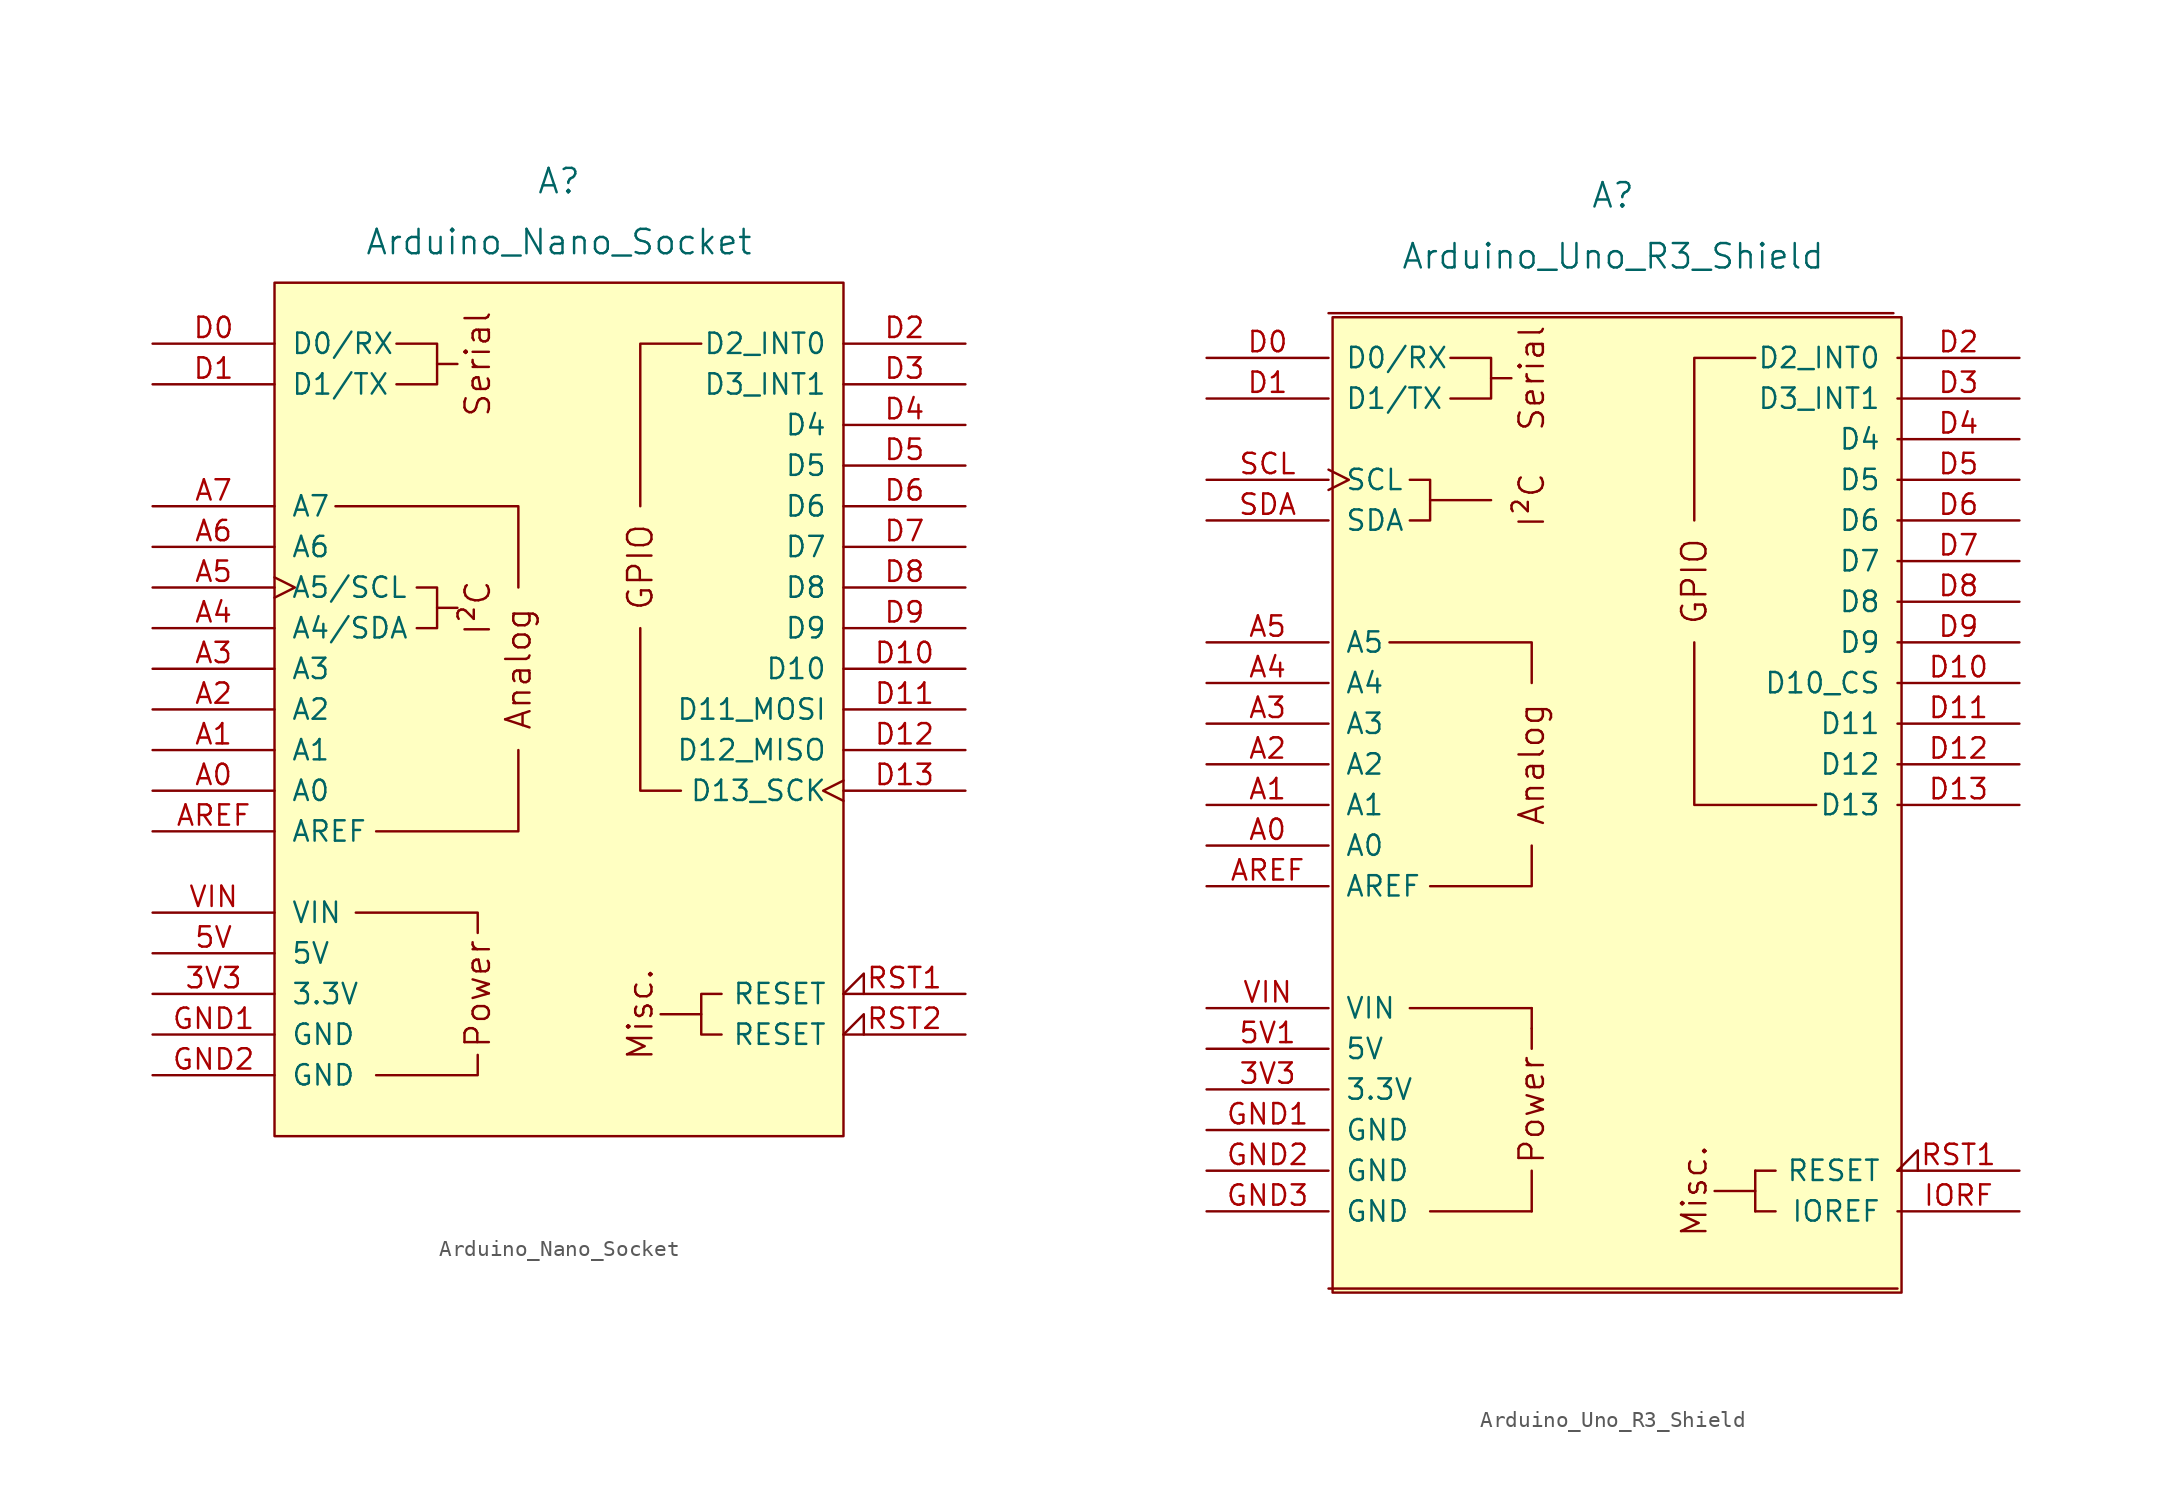
<source format=kicad_sym>
(kicad_symbol_lib
  (version 20231120)
  (generator "kicad_symbol_editor")
  (generator_version "8.0")
  (symbol "Arduino_Nano_Socket"
    (pin_names
      (offset 1.016))
    (property "Reference" "A"
      (at 0 33.02 0)
      (effects (font (size 1.524 1.524))))
    (property "Value" "Arduino_Nano_Socket"
      (at 0 29.21 0)
      (effects (font (size 1.524 1.524))))
    (symbol "Arduino_Nano_Socket_0_0"
      (rectangle (start -17.78 26.67) (end 17.78 -26.67) (stroke (width 0) (type default)) (fill (type background)))
      (polyline (pts (xy -7.62 6.35) (xy -6.35 6.35)) (stroke (width 0) (type default)) (fill (type none)))
      (polyline (pts (xy -7.62 21.59) (xy -6.35 21.59)) (stroke (width 0) (type default)) (fill (type none)))
      (polyline (pts (xy 8.89 -19.05) (xy 6.35 -19.05)) (stroke (width 0) (type default)) (fill (type none)))
      (polyline (pts (xy -11.43 -22.86) (xy -5.08 -22.86) (xy -5.08 -21.59)) (stroke (width 0) (type default)) (fill (type none)))
      (polyline (pts (xy -5.08 -13.97) (xy -5.08 -12.7) (xy -12.7 -12.7)) (stroke (width 0) (type default)) (fill (type none)))
      (polyline (pts (xy -10.16 22.86) (xy -7.62 22.86) (xy -7.62 20.32) (xy -10.16 20.32)) (stroke (width 0) (type default)) (fill (type none)))
      (polyline (pts (xy -8.89 7.62) (xy -7.62 7.62) (xy -7.62 5.08) (xy -8.89 5.08)) (stroke (width 0) (type default)) (fill (type none)))
      (text "Analog" (at -2.54 2.54 900) (effects (font (size 1.524 1.524))))
      (text "I²C" (at -5.08 6.35 900) (effects (font (size 1.524 1.524))))
      (text "Misc." (at 5.08 -19.05 900) (effects (font (size 1.524 1.524))))
      (text "Power" (at -5.08 -17.78 900) (effects (font (size 1.524 1.524))))
      (text "Serial" (at -5.08 21.59 900) (effects (font (size 1.524 1.524)))))
    (symbol "Arduino_Nano_Socket_0_1"
      (polyline (pts (xy -13.97 12.7) (xy -2.54 12.7) (xy -2.54 7.62)) (stroke (width 0) (type default)) (fill (type none)))
      (polyline (pts (xy -11.43 -7.62) (xy -2.54 -7.62) (xy -2.54 -2.54)) (stroke (width 0) (type default)) (fill (type none)))
      (polyline (pts (xy 7.62 -5.08) (xy 5.08 -5.08) (xy 5.08 5.08)) (stroke (width 0) (type default)) (fill (type none)))
      (polyline (pts (xy 8.89 22.86) (xy 5.08 22.86) (xy 5.08 12.7)) (stroke (width 0) (type default)) (fill (type none)))
      (polyline (pts (xy 10.16 -17.78) (xy 8.89 -17.78) (xy 8.89 -20.32) (xy 10.16 -20.32)) (stroke (width 0) (type default)) (fill (type none))))
    (symbol "Arduino_Nano_Socket_1_0"
      (text "GPIO" (at 5.08 8.89 900) (effects (font (size 1.524 1.524)))))
    (symbol "Arduino_Nano_Socket_1_1"
      (pin power_out line (at -25.4 -17.78 0) (length 7.62) (name "3.3V" (effects (font (size 1.27 1.27)))) (number "3V3" (effects (font (size 1.27 1.27)))))
      (pin power_in line (at -25.4 -15.24 0) (length 7.62) (name "5V" (effects (font (size 1.27 1.27)))) (number "5V" (effects (font (size 1.27 1.27)))))
      (pin bidirectional line (at -25.4 -5.08 0) (length 7.62) (name "A0" (effects (font (size 1.27 1.27)))) (number "A0" (effects (font (size 1.27 1.27)))))
      (pin bidirectional line (at -25.4 -2.54 0) (length 7.62) (name "A1" (effects (font (size 1.27 1.27)))) (number "A1" (effects (font (size 1.27 1.27)))))
      (pin bidirectional line (at -25.4 0 0) (length 7.62) (name "A2" (effects (font (size 1.27 1.27)))) (number "A2" (effects (font (size 1.27 1.27)))))
      (pin bidirectional line (at -25.4 2.54 0) (length 7.62) (name "A3" (effects (font (size 1.27 1.27)))) (number "A3" (effects (font (size 1.27 1.27)))))
      (pin bidirectional line (at -25.4 5.08 0) (length 7.62) (name "A4/SDA" (effects (font (size 1.27 1.27)))) (number "A4" (effects (font (size 1.27 1.27)))))
      (pin bidirectional clock (at -25.4 7.62 0) (length 7.62) (name "A5/SCL" (effects (font (size 1.27 1.27)))) (number "A5" (effects (font (size 1.27 1.27)))))
      (pin input line (at -25.4 10.16 0) (length 7.62) (name "A6" (effects (font (size 1.27 1.27)))) (number "A6" (effects (font (size 1.27 1.27)))))
      (pin input line (at -25.4 12.7 0) (length 7.62) (name "A7" (effects (font (size 1.27 1.27)))) (number "A7" (effects (font (size 1.27 1.27)))))
      (pin input line (at -25.4 -7.62 0) (length 7.62) (name "AREF" (effects (font (size 1.27 1.27)))) (number "AREF" (effects (font (size 1.27 1.27)))))
      (pin bidirectional line (at -25.4 22.86 0) (length 7.62) (name "D0/RX" (effects (font (size 1.27 1.27)))) (number "D0" (effects (font (size 1.27 1.27)))))
      (pin bidirectional line (at -25.4 20.32 0) (length 7.62) (name "D1/TX" (effects (font (size 1.27 1.27)))) (number "D1" (effects (font (size 1.27 1.27)))))
      (pin bidirectional line (at 25.4 2.54 180) (length 7.62) (name "D10" (effects (font (size 1.27 1.27)))) (number "D10" (effects (font (size 1.27 1.27)))))
      (pin bidirectional line (at 25.4 0 180) (length 7.62) (name "D11_MOSI" (effects (font (size 1.27 1.27)))) (number "D11" (effects (font (size 1.27 1.27)))))
      (pin bidirectional line (at 25.4 -2.54 180) (length 7.62) (name "D12_MISO" (effects (font (size 1.27 1.27)))) (number "D12" (effects (font (size 1.27 1.27)))))
      (pin bidirectional clock (at 25.4 -5.08 180) (length 7.62) (name "D13_SCK" (effects (font (size 1.27 1.27)))) (number "D13" (effects (font (size 1.27 1.27)))))
      (pin bidirectional line (at 25.4 22.86 180) (length 7.62) (name "D2_INT0" (effects (font (size 1.27 1.27)))) (number "D2" (effects (font (size 1.27 1.27)))))
      (pin bidirectional line (at 25.4 20.32 180) (length 7.62) (name "D3_INT1" (effects (font (size 1.27 1.27)))) (number "D3" (effects (font (size 1.27 1.27)))))
      (pin bidirectional line (at 25.4 17.78 180) (length 7.62) (name "D4" (effects (font (size 1.27 1.27)))) (number "D4" (effects (font (size 1.27 1.27)))))
      (pin bidirectional line (at 25.4 15.24 180) (length 7.62) (name "D5" (effects (font (size 1.27 1.27)))) (number "D5" (effects (font (size 1.27 1.27)))))
      (pin bidirectional line (at 25.4 12.7 180) (length 7.62) (name "D6" (effects (font (size 1.27 1.27)))) (number "D6" (effects (font (size 1.27 1.27)))))
      (pin bidirectional line (at 25.4 10.16 180) (length 7.62) (name "D7" (effects (font (size 1.27 1.27)))) (number "D7" (effects (font (size 1.27 1.27)))))
      (pin bidirectional line (at 25.4 7.62 180) (length 7.62) (name "D8" (effects (font (size 1.27 1.27)))) (number "D8" (effects (font (size 1.27 1.27)))))
      (pin bidirectional line (at 25.4 5.08 180) (length 7.62) (name "D9" (effects (font (size 1.27 1.27)))) (number "D9" (effects (font (size 1.27 1.27)))))
      (pin power_in line (at -25.4 -20.32 0) (length 7.62) (name "GND" (effects (font (size 1.27 1.27)))) (number "GND1" (effects (font (size 1.27 1.27)))))
      (pin power_in line (at -25.4 -22.86 0) (length 7.62) (name "GND" (effects (font (size 1.27 1.27)))) (number "GND2" (effects (font (size 1.27 1.27)))))
      (pin open_collector input_low (at 25.4 -17.78 180) (length 7.62) (name "RESET" (effects (font (size 1.27 1.27)))) (number "RST1" (effects (font (size 1.27 1.27)))))
      (pin open_collector input_low (at 25.4 -20.32 180) (length 7.62) (name "RESET" (effects (font (size 1.27 1.27)))) (number "RST2" (effects (font (size 1.27 1.27)))))
      (pin power_in line (at -25.4 -12.7 0) (length 7.62) (name "VIN" (effects (font (size 1.27 1.27)))) (number "VIN" (effects (font (size 1.27 1.27)))))))
  (symbol "Arduino_Uno_R3_Shield"
    (pin_names
      (offset 1.016))
    (property "Reference" "A"
      (at -2.54 38.1 0)
      (effects (font (size 1.524 1.524))))
    (property "Value" "Arduino_Uno_R3_Shield"
      (at -2.54 34.29 0)
      (effects (font (size 1.524 1.524))))
    (symbol "Arduino_Uno_R3_Shield_0_0"
      (rectangle (start -20.066 30.48) (end 15.494 -30.48) (stroke (width 0) (type default)) (fill (type background)))
      (rectangle (start -15.24 -12.7) (end -7.62 -12.7) (stroke (width 0) (type default)) (fill (type none)))
      (rectangle (start -13.97 -25.4) (end -7.62 -25.4) (stroke (width 0) (type default)) (fill (type none)))
      (polyline (pts (xy -13.97 19.05) (xy -10.16 19.05)) (stroke (width 0) (type default)) (fill (type none)))
      (polyline (pts (xy -10.16 26.67) (xy -8.89 26.67)) (stroke (width 0) (type default)) (fill (type none)))
      (polyline (pts (xy -7.62 -25.4) (xy -7.62 -22.86)) (stroke (width 0) (type default)) (fill (type none)))
      (polyline (pts (xy -7.62 -13.97) (xy -7.62 -15.24)) (stroke (width 0) (type default)) (fill (type none)))
      (polyline (pts (xy -7.62 -12.7) (xy -7.62 -13.97)) (stroke (width 0) (type default)) (fill (type none)))
      (polyline (pts (xy -7.62 -2.54) (xy -7.62 -5.08) (xy -13.97 -5.08)) (stroke (width 0) (type default)) (fill (type none)))
      (polyline (pts (xy -7.62 7.62) (xy -7.62 10.16) (xy -16.51 10.16)) (stroke (width 0) (type default)) (fill (type none)))
      (polyline (pts (xy 2.54 10.16) (xy 2.54 0) (xy 10.16 0)) (stroke (width 0) (type default)) (fill (type none)))
      (polyline (pts (xy 2.54 17.78) (xy 2.54 27.94) (xy 6.35 27.94)) (stroke (width 0) (type default)) (fill (type none)))
      (polyline (pts (xy -15.24 20.32) (xy -13.97 20.32) (xy -13.97 17.78) (xy -15.24 17.78)) (stroke (width 0) (type default)) (fill (type none)))
      (polyline (pts (xy -12.7 27.94) (xy -10.16 27.94) (xy -10.16 25.4) (xy -12.7 25.4)) (stroke (width 0) (type default)) (fill (type none)))
      (rectangle (start 6.35 -24.13) (end 3.81 -24.13) (stroke (width 0) (type default)) (fill (type none)))
      (rectangle (start 6.35 -22.86) (end 6.35 -25.4) (stroke (width 0) (type default)) (fill (type none)))
      (rectangle (start 7.62 -25.4) (end 6.35 -25.4) (stroke (width 0) (type default)) (fill (type none)))
      (rectangle (start 7.62 -22.86) (end 6.35 -22.86) (stroke (width 0) (type default)) (fill (type none)))
      (text "Analog" (at -7.62 2.54 900) (effects (font (size 1.524 1.524))))
      (text "I²C" (at -7.62 19.05 900) (effects (font (size 1.524 1.524))))
      (text "Misc." (at 2.54 -24.13 900) (effects (font (size 1.524 1.524))))
      (text "Power" (at -7.62 -19.05 900) (effects (font (size 1.524 1.524))))
      (text "Serial" (at -7.62 26.67 900) (effects (font (size 1.524 1.524)))))
    (symbol "Arduino_Uno_R3_Shield_0_1"
      (polyline (pts (xy -20.32 30.734) (xy 14.986 30.734)) (stroke (width 0) (type default)) (fill (type none)))
      (polyline (pts (xy 15.24 -30.226) (xy -20.32 -30.226)) (stroke (width 0) (type default)) (fill (type none))))
    (symbol "Arduino_Uno_R3_Shield_1_0"
      (text "GPIO" (at 2.54 13.97 900) (effects (font (size 1.524 1.524)))))
    (symbol "Arduino_Uno_R3_Shield_1_1"
      (pin power_out line (at -27.94 -17.78 0) (length 7.62) (name "3.3V" (effects (font (size 1.27 1.27)))) (number "3V3" (effects (font (size 1.27 1.27)))))
      (pin power_in line (at -27.94 -15.24 0) (length 7.62) (name "5V" (effects (font (size 1.27 1.27)))) (number "5V1" (effects (font (size 1.27 1.27)))))
      (pin bidirectional line (at -27.94 -2.54 0) (length 7.62) (name "A0" (effects (font (size 1.27 1.27)))) (number "A0" (effects (font (size 1.27 1.27)))))
      (pin bidirectional line (at -27.94 0 0) (length 7.62) (name "A1" (effects (font (size 1.27 1.27)))) (number "A1" (effects (font (size 1.27 1.27)))))
      (pin bidirectional line (at -27.94 2.54 0) (length 7.62) (name "A2" (effects (font (size 1.27 1.27)))) (number "A2" (effects (font (size 1.27 1.27)))))
      (pin bidirectional line (at -27.94 5.08 0) (length 7.62) (name "A3" (effects (font (size 1.27 1.27)))) (number "A3" (effects (font (size 1.27 1.27)))))
      (pin bidirectional line (at -27.94 7.62 0) (length 7.62) (name "A4" (effects (font (size 1.27 1.27)))) (number "A4" (effects (font (size 1.27 1.27)))))
      (pin bidirectional line (at -27.94 10.16 0) (length 7.62) (name "A5" (effects (font (size 1.27 1.27)))) (number "A5" (effects (font (size 1.27 1.27)))))
      (pin input line (at -27.94 -5.08 0) (length 7.62) (name "AREF" (effects (font (size 1.27 1.27)))) (number "AREF" (effects (font (size 1.27 1.27)))))
      (pin bidirectional line (at -27.94 27.94 0) (length 7.62) (name "D0/RX" (effects (font (size 1.27 1.27)))) (number "D0" (effects (font (size 1.27 1.27)))))
      (pin bidirectional line (at -27.94 25.4 0) (length 7.62) (name "D1/TX" (effects (font (size 1.27 1.27)))) (number "D1" (effects (font (size 1.27 1.27)))))
      (pin bidirectional line (at 22.86 7.62 180) (length 7.62) (name "D10_CS" (effects (font (size 1.27 1.27)))) (number "D10" (effects (font (size 1.27 1.27)))))
      (pin bidirectional line (at 22.86 5.08 180) (length 7.62) (name "D11" (effects (font (size 1.27 1.27)))) (number "D11" (effects (font (size 1.27 1.27)))))
      (pin bidirectional line (at 22.86 2.54 180) (length 7.62) (name "D12" (effects (font (size 1.27 1.27)))) (number "D12" (effects (font (size 1.27 1.27)))))
      (pin bidirectional line (at 22.86 0 180) (length 7.62) (name "D13" (effects (font (size 1.27 1.27)))) (number "D13" (effects (font (size 1.27 1.27)))))
      (pin bidirectional line (at 22.86 27.94 180) (length 7.62) (name "D2_INT0" (effects (font (size 1.27 1.27)))) (number "D2" (effects (font (size 1.27 1.27)))))
      (pin bidirectional line (at 22.86 25.4 180) (length 7.62) (name "D3_INT1" (effects (font (size 1.27 1.27)))) (number "D3" (effects (font (size 1.27 1.27)))))
      (pin bidirectional line (at 22.86 22.86 180) (length 7.62) (name "D4" (effects (font (size 1.27 1.27)))) (number "D4" (effects (font (size 1.27 1.27)))))
      (pin bidirectional line (at 22.86 20.32 180) (length 7.62) (name "D5" (effects (font (size 1.27 1.27)))) (number "D5" (effects (font (size 1.27 1.27)))))
      (pin bidirectional line (at 22.86 17.78 180) (length 7.62) (name "D6" (effects (font (size 1.27 1.27)))) (number "D6" (effects (font (size 1.27 1.27)))))
      (pin bidirectional line (at 22.86 15.24 180) (length 7.62) (name "D7" (effects (font (size 1.27 1.27)))) (number "D7" (effects (font (size 1.27 1.27)))))
      (pin bidirectional line (at 22.86 12.7 180) (length 7.62) (name "D8" (effects (font (size 1.27 1.27)))) (number "D8" (effects (font (size 1.27 1.27)))))
      (pin bidirectional line (at 22.86 10.16 180) (length 7.62) (name "D9" (effects (font (size 1.27 1.27)))) (number "D9" (effects (font (size 1.27 1.27)))))
      (pin power_in line (at -27.94 -20.32 0) (length 7.62) (name "GND" (effects (font (size 1.27 1.27)))) (number "GND1" (effects (font (size 1.27 1.27)))))
      (pin power_in line (at -27.94 -22.86 0) (length 7.62) (name "GND" (effects (font (size 1.27 1.27)))) (number "GND2" (effects (font (size 1.27 1.27)))))
      (pin power_in line (at -27.94 -25.4 0) (length 7.62) (name "GND" (effects (font (size 1.27 1.27)))) (number "GND3" (effects (font (size 1.27 1.27)))))
      (pin output line (at 22.86 -25.4 180) (length 7.62) (name "IOREF" (effects (font (size 1.27 1.27)))) (number "IORF" (effects (font (size 1.27 1.27)))))
      (pin open_collector input_low (at 22.86 -22.86 180) (length 7.62) (name "RESET" (effects (font (size 1.27 1.27)))) (number "RST1" (effects (font (size 1.27 1.27)))))
      (pin bidirectional clock (at -27.94 20.32 0) (length 7.62) (name "SCL" (effects (font (size 1.27 1.27)))) (number "SCL" (effects (font (size 1.27 1.27)))))
      (pin bidirectional line (at -27.94 17.78 0) (length 7.62) (name "SDA" (effects (font (size 1.27 1.27)))) (number "SDA" (effects (font (size 1.27 1.27)))))
      (pin power_in line (at -27.94 -12.7 0) (length 7.62) (name "VIN" (effects (font (size 1.27 1.27)))) (number "VIN" (effects (font (size 1.27 1.27))))))))
</source>
